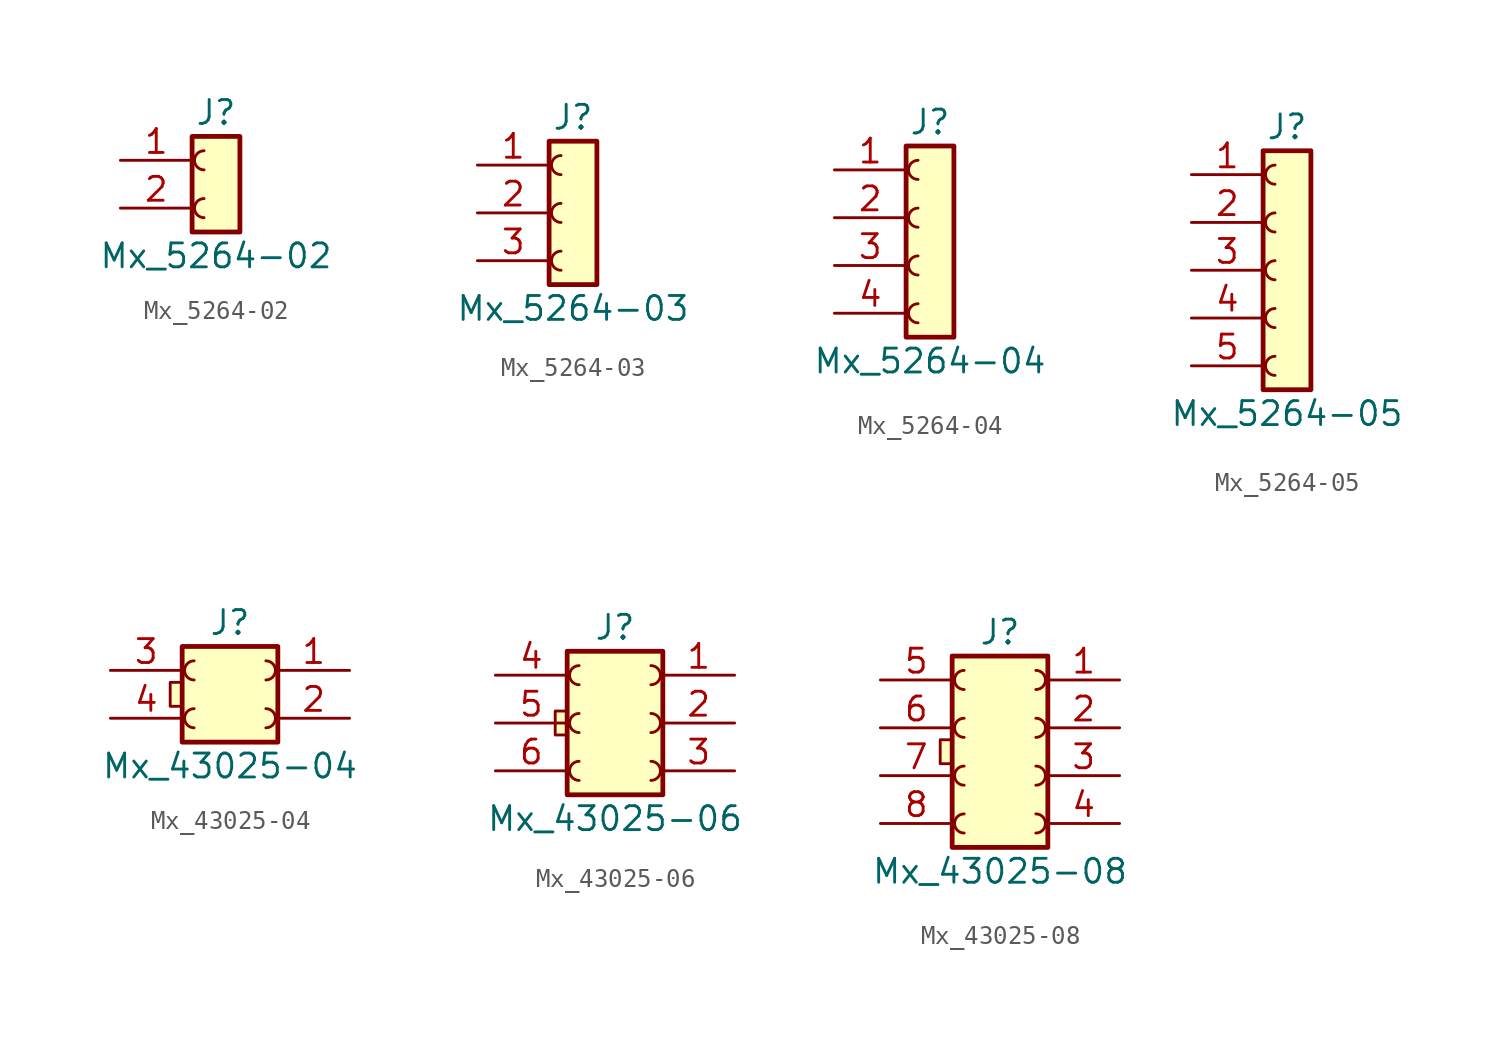
<source format=kicad_sym>
(kicad_symbol_lib
  (version 20211014)
  (generator kicad_symbol_editor)
  (symbol "Mx_5264-02"
    (pin_names
      (offset 1.016) hide)
    (property "Reference" "J"
      (at 0 2.54 0)
      (effects (font (size 1.27 1.27))))
    (property "Value" "Mx_5264-02"
      (at 0 -5.08 0)
      (effects (font (size 1.27 1.27))))
    (symbol "Mx_5264-02_1_1"
      (rectangle (start -1.27 1.27) (end 1.27 -3.81) (stroke (width 0.254) (type default) (color 0 0 0 0)) (fill (type background)))
      (arc (start -0.635 -2.032) (mid -1.143 -2.54) (end -0.635 -3.048) (stroke (width 0) (type default) (color 0 0 0 0)) (fill (type none)))
      (arc (start -0.635 0.508) (mid -1.143 0) (end -0.635 -0.508) (stroke (width 0) (type default) (color 0 0 0 0)) (fill (type none)))
      (pin passive line (at -5.08 0 0) (length 3.81) (name "Pin_1" (effects (font (size 1.27 1.27)))) (number "1" (effects (font (size 1.27 1.27)))))
      (pin passive line (at -5.08 -2.54 0) (length 3.81) (name "Pin_2" (effects (font (size 1.27 1.27)))) (number "2" (effects (font (size 1.27 1.27)))))))
  (symbol "Mx_5264-03"
    (pin_names
      (offset 1.016) hide)
    (property "Reference" "J"
      (at 0 5.08 0)
      (effects (font (size 1.27 1.27))))
    (property "Value" "Mx_5264-03"
      (at 0 -5.08 0)
      (effects (font (size 1.27 1.27))))
    (symbol "Mx_5264-03_1_1"
      (rectangle (start -1.27 3.81) (end 1.27 -3.81) (stroke (width 0.254) (type default) (color 0 0 0 0)) (fill (type background)))
      (arc (start -0.635 -2.032) (mid -1.143 -2.54) (end -0.635 -3.048) (stroke (width 0) (type default) (color 0 0 0 0)) (fill (type none)))
      (arc (start -0.635 0.508) (mid -1.143 0) (end -0.635 -0.508) (stroke (width 0) (type default) (color 0 0 0 0)) (fill (type none)))
      (arc (start -0.635 3.048) (mid -1.143 2.54) (end -0.635 2.032) (stroke (width 0) (type default) (color 0 0 0 0)) (fill (type none)))
      (pin passive line (at -5.08 2.54 0) (length 3.81) (name "Pin_1" (effects (font (size 1.27 1.27)))) (number "1" (effects (font (size 1.27 1.27)))))
      (pin passive line (at -5.08 0 0) (length 3.81) (name "Pin_2" (effects (font (size 1.27 1.27)))) (number "2" (effects (font (size 1.27 1.27)))))
      (pin passive line (at -5.08 -2.54 0) (length 3.81) (name "Pin_3" (effects (font (size 1.27 1.27)))) (number "3" (effects (font (size 1.27 1.27)))))))
  (symbol "Mx_5264-04"
    (pin_names
      (offset 1.016) hide)
    (property "Reference" "J"
      (at 0 6.35 0)
      (effects (font (size 1.27 1.27))))
    (property "Value" "Mx_5264-04"
      (at 0 -6.35 0)
      (effects (font (size 1.27 1.27))))
    (symbol "Mx_5264-04_1_1"
      (rectangle (start -1.27 5.08) (end 1.27 -5.08) (stroke (width 0.254) (type default) (color 0 0 0 0)) (fill (type background)))
      (arc (start -0.635 -3.302) (mid -1.143 -3.81) (end -0.635 -4.318) (stroke (width 0) (type default) (color 0 0 0 0)) (fill (type none)))
      (arc (start -0.635 -0.762) (mid -1.143 -1.27) (end -0.635 -1.778) (stroke (width 0) (type default) (color 0 0 0 0)) (fill (type none)))
      (arc (start -0.635 1.778) (mid -1.143 1.27) (end -0.635 0.762) (stroke (width 0) (type default) (color 0 0 0 0)) (fill (type none)))
      (arc (start -0.635 4.318) (mid -1.143 3.81) (end -0.635 3.302) (stroke (width 0) (type default) (color 0 0 0 0)) (fill (type none)))
      (pin passive line (at -5.08 3.81 0) (length 3.81) (name "Pin_1" (effects (font (size 1.27 1.27)))) (number "1" (effects (font (size 1.27 1.27)))))
      (pin passive line (at -5.08 1.27 0) (length 3.81) (name "Pin_2" (effects (font (size 1.27 1.27)))) (number "2" (effects (font (size 1.27 1.27)))))
      (pin passive line (at -5.08 -1.27 0) (length 3.81) (name "Pin_3" (effects (font (size 1.27 1.27)))) (number "3" (effects (font (size 1.27 1.27)))))
      (pin passive line (at -5.08 -3.81 0) (length 3.81) (name "Pin_4" (effects (font (size 1.27 1.27)))) (number "4" (effects (font (size 1.27 1.27)))))))
  (symbol "Mx_5264-05"
    (pin_names
      (offset 1.016) hide)
    (property "Reference" "J"
      (at 0 7.62 0)
      (effects (font (size 1.27 1.27))))
    (property "Value" "Mx_5264-05"
      (at 0 -7.62 0)
      (effects (font (size 1.27 1.27))))
    (symbol "Mx_5264-05_1_1"
      (rectangle (start -1.27 6.35) (end 1.27 -6.35) (stroke (width 0.254) (type default) (color 0 0 0 0)) (fill (type background)))
      (arc (start -0.635 -4.572) (mid -1.143 -5.08) (end -0.635 -5.588) (stroke (width 0) (type default) (color 0 0 0 0)) (fill (type none)))
      (arc (start -0.635 -2.032) (mid -1.143 -2.54) (end -0.635 -3.048) (stroke (width 0) (type default) (color 0 0 0 0)) (fill (type none)))
      (arc (start -0.635 0.508) (mid -1.143 0) (end -0.635 -0.508) (stroke (width 0) (type default) (color 0 0 0 0)) (fill (type none)))
      (arc (start -0.635 3.048) (mid -1.143 2.54) (end -0.635 2.032) (stroke (width 0) (type default) (color 0 0 0 0)) (fill (type none)))
      (arc (start -0.635 5.588) (mid -1.143 5.08) (end -0.635 4.572) (stroke (width 0) (type default) (color 0 0 0 0)) (fill (type none)))
      (pin passive line (at -5.08 5.08 0) (length 3.81) (name "Pin_1" (effects (font (size 1.27 1.27)))) (number "1" (effects (font (size 1.27 1.27)))))
      (pin passive line (at -5.08 2.54 0) (length 3.81) (name "Pin_2" (effects (font (size 1.27 1.27)))) (number "2" (effects (font (size 1.27 1.27)))))
      (pin passive line (at -5.08 0 0) (length 3.81) (name "Pin_3" (effects (font (size 1.27 1.27)))) (number "3" (effects (font (size 1.27 1.27)))))
      (pin passive line (at -5.08 -2.54 0) (length 3.81) (name "Pin_4" (effects (font (size 1.27 1.27)))) (number "4" (effects (font (size 1.27 1.27)))))
      (pin passive line (at -5.08 -5.08 0) (length 3.81) (name "Pin_5" (effects (font (size 1.27 1.27)))) (number "5" (effects (font (size 1.27 1.27)))))))
  (symbol "Mx_43025-04"
    (pin_names
      (offset 1.016) hide)
    (property "Reference" "J"
      (at 0 3.81 0)
      (effects (font (size 1.27 1.27))))
    (property "Value" "Mx_43025-04"
      (at 0 -3.81 0)
      (effects (font (size 1.27 1.27))))
    (symbol "Mx_43025-04_0_1"
      (rectangle (start -3.175 0.635) (end -2.54 -0.635) (stroke (width 0) (type default) (color 0 0 0 0)) (fill (type background))))
    (symbol "Mx_43025-04_1_1"
      (arc (start -1.905 -0.762) (mid -2.413 -1.27) (end -1.905 -1.778) (stroke (width 0) (type default) (color 0 0 0 0)) (fill (type none)))
      (arc (start -1.905 1.778) (mid -2.413 1.27) (end -1.905 0.762) (stroke (width 0) (type default) (color 0 0 0 0)) (fill (type none)))
      (arc (start 1.905 -1.778) (mid 2.413 -1.27) (end 1.905 -0.762) (stroke (width 0) (type default) (color 0 0 0 0)) (fill (type none)))
      (arc (start 1.905 0.762) (mid 2.413 1.27) (end 1.905 1.778) (stroke (width 0) (type default) (color 0 0 0 0)) (fill (type none)))
      (rectangle (start 2.54 2.54) (end -2.54 -2.54) (stroke (width 0.254) (type default) (color 0 0 0 0)) (fill (type background)))
      (pin passive line (at 6.35 1.27 180) (length 3.81) (name "Pin_1" (effects (font (size 1.27 1.27)))) (number "1" (effects (font (size 1.27 1.27)))))
      (pin passive line (at 6.35 -1.27 180) (length 3.81) (name "Pin_2" (effects (font (size 1.27 1.27)))) (number "2" (effects (font (size 1.27 1.27)))))
      (pin passive line (at -6.35 1.27 0) (length 3.81) (name "Pin_3" (effects (font (size 1.27 1.27)))) (number "3" (effects (font (size 1.27 1.27)))))
      (pin passive line (at -6.35 -1.27 0) (length 3.81) (name "Pin_4" (effects (font (size 1.27 1.27)))) (number "4" (effects (font (size 1.27 1.27)))))))
  (symbol "Mx_43025-06"
    (pin_names
      (offset 1.016) hide)
    (property "Reference" "J"
      (at 0 5.08 0)
      (effects (font (size 1.27 1.27))))
    (property "Value" "Mx_43025-06"
      (at 0 -5.08 0)
      (effects (font (size 1.27 1.27))))
    (symbol "Mx_43025-06_0_1"
      (rectangle (start -3.175 -0.635) (end -2.54 0.635) (stroke (width 0) (type default) (color 0 0 0 0)) (fill (type background))))
    (symbol "Mx_43025-06_1_1"
      (arc (start -1.905 -2.032) (mid -2.413 -2.54) (end -1.905 -3.048) (stroke (width 0) (type default) (color 0 0 0 0)) (fill (type none)))
      (arc (start -1.905 0.508) (mid -2.413 0) (end -1.905 -0.508) (stroke (width 0) (type default) (color 0 0 0 0)) (fill (type none)))
      (arc (start -1.905 3.048) (mid -2.413 2.54) (end -1.905 2.032) (stroke (width 0) (type default) (color 0 0 0 0)) (fill (type none)))
      (arc (start 1.905 -3.048) (mid 2.413 -2.54) (end 1.905 -2.032) (stroke (width 0) (type default) (color 0 0 0 0)) (fill (type none)))
      (arc (start 1.905 -0.508) (mid 2.413 0) (end 1.905 0.508) (stroke (width 0) (type default) (color 0 0 0 0)) (fill (type none)))
      (arc (start 1.905 2.032) (mid 2.413 2.54) (end 1.905 3.048) (stroke (width 0) (type default) (color 0 0 0 0)) (fill (type none)))
      (rectangle (start 2.54 3.81) (end -2.54 -3.81) (stroke (width 0.254) (type default) (color 0 0 0 0)) (fill (type background)))
      (pin passive line (at 6.35 2.54 180) (length 3.81) (name "Pin_1" (effects (font (size 1.27 1.27)))) (number "1" (effects (font (size 1.27 1.27)))))
      (pin passive line (at 6.35 0 180) (length 3.81) (name "Pin_2" (effects (font (size 1.27 1.27)))) (number "2" (effects (font (size 1.27 1.27)))))
      (pin passive line (at 6.35 -2.54 180) (length 3.81) (name "Pin_3" (effects (font (size 1.27 1.27)))) (number "3" (effects (font (size 1.27 1.27)))))
      (pin passive line (at -6.35 2.54 0) (length 3.81) (name "Pin_4" (effects (font (size 1.27 1.27)))) (number "4" (effects (font (size 1.27 1.27)))))
      (pin passive line (at -6.35 0 0) (length 3.81) (name "Pin_5" (effects (font (size 1.27 1.27)))) (number "5" (effects (font (size 1.27 1.27)))))
      (pin passive line (at -6.35 -2.54 0) (length 3.81) (name "Pin_6" (effects (font (size 1.27 1.27)))) (number "6" (effects (font (size 1.27 1.27)))))))
  (symbol "Mx_43025-08"
    (pin_names
      (offset 1.016) hide)
    (property "Reference" "J"
      (at 0 6.35 0)
      (effects (font (size 1.27 1.27))))
    (property "Value" "Mx_43025-08"
      (at 0 -6.35 0)
      (effects (font (size 1.27 1.27))))
    (symbol "Mx_43025-08_0_1"
      (rectangle (start -3.175 0.635) (end -2.54 -0.635) (stroke (width 0) (type default) (color 0 0 0 0)) (fill (type background))))
    (symbol "Mx_43025-08_1_1"
      (arc (start -1.905 -3.302) (mid -2.413 -3.81) (end -1.905 -4.318) (stroke (width 0) (type default) (color 0 0 0 0)) (fill (type none)))
      (arc (start -1.905 -0.762) (mid -2.413 -1.27) (end -1.905 -1.778) (stroke (width 0) (type default) (color 0 0 0 0)) (fill (type none)))
      (arc (start -1.905 1.778) (mid -2.413 1.27) (end -1.905 0.762) (stroke (width 0) (type default) (color 0 0 0 0)) (fill (type none)))
      (arc (start -1.905 4.318) (mid -2.413 3.81) (end -1.905 3.302) (stroke (width 0) (type default) (color 0 0 0 0)) (fill (type none)))
      (arc (start 1.905 -4.318) (mid 2.413 -3.81) (end 1.905 -3.302) (stroke (width 0) (type default) (color 0 0 0 0)) (fill (type none)))
      (arc (start 1.905 -1.778) (mid 2.413 -1.27) (end 1.905 -0.762) (stroke (width 0) (type default) (color 0 0 0 0)) (fill (type none)))
      (arc (start 1.905 0.762) (mid 2.413 1.27) (end 1.905 1.778) (stroke (width 0) (type default) (color 0 0 0 0)) (fill (type none)))
      (arc (start 1.905 3.302) (mid 2.413 3.81) (end 1.905 4.318) (stroke (width 0) (type default) (color 0 0 0 0)) (fill (type none)))
      (rectangle (start 2.54 5.08) (end -2.54 -5.08) (stroke (width 0.254) (type default) (color 0 0 0 0)) (fill (type background)))
      (pin passive line (at 6.35 3.81 180) (length 3.81) (name "Pin_1" (effects (font (size 1.27 1.27)))) (number "1" (effects (font (size 1.27 1.27)))))
      (pin passive line (at 6.35 1.27 180) (length 3.81) (name "Pin_2" (effects (font (size 1.27 1.27)))) (number "2" (effects (font (size 1.27 1.27)))))
      (pin passive line (at 6.35 -1.27 180) (length 3.81) (name "Pin_3" (effects (font (size 1.27 1.27)))) (number "3" (effects (font (size 1.27 1.27)))))
      (pin passive line (at 6.35 -3.81 180) (length 3.81) (name "Pin_4" (effects (font (size 1.27 1.27)))) (number "4" (effects (font (size 1.27 1.27)))))
      (pin passive line (at -6.35 3.81 0) (length 3.81) (name "Pin_5" (effects (font (size 1.27 1.27)))) (number "5" (effects (font (size 1.27 1.27)))))
      (pin passive line (at -6.35 1.27 0) (length 3.81) (name "Pin_6" (effects (font (size 1.27 1.27)))) (number "6" (effects (font (size 1.27 1.27)))))
      (pin passive line (at -6.35 -1.27 0) (length 3.81) (name "Pin_7" (effects (font (size 1.27 1.27)))) (number "7" (effects (font (size 1.27 1.27)))))
      (pin passive line (at -6.35 -3.81 0) (length 3.81) (name "Pin_8" (effects (font (size 1.27 1.27)))) (number "8" (effects (font (size 1.27 1.27))))))))
</source>
